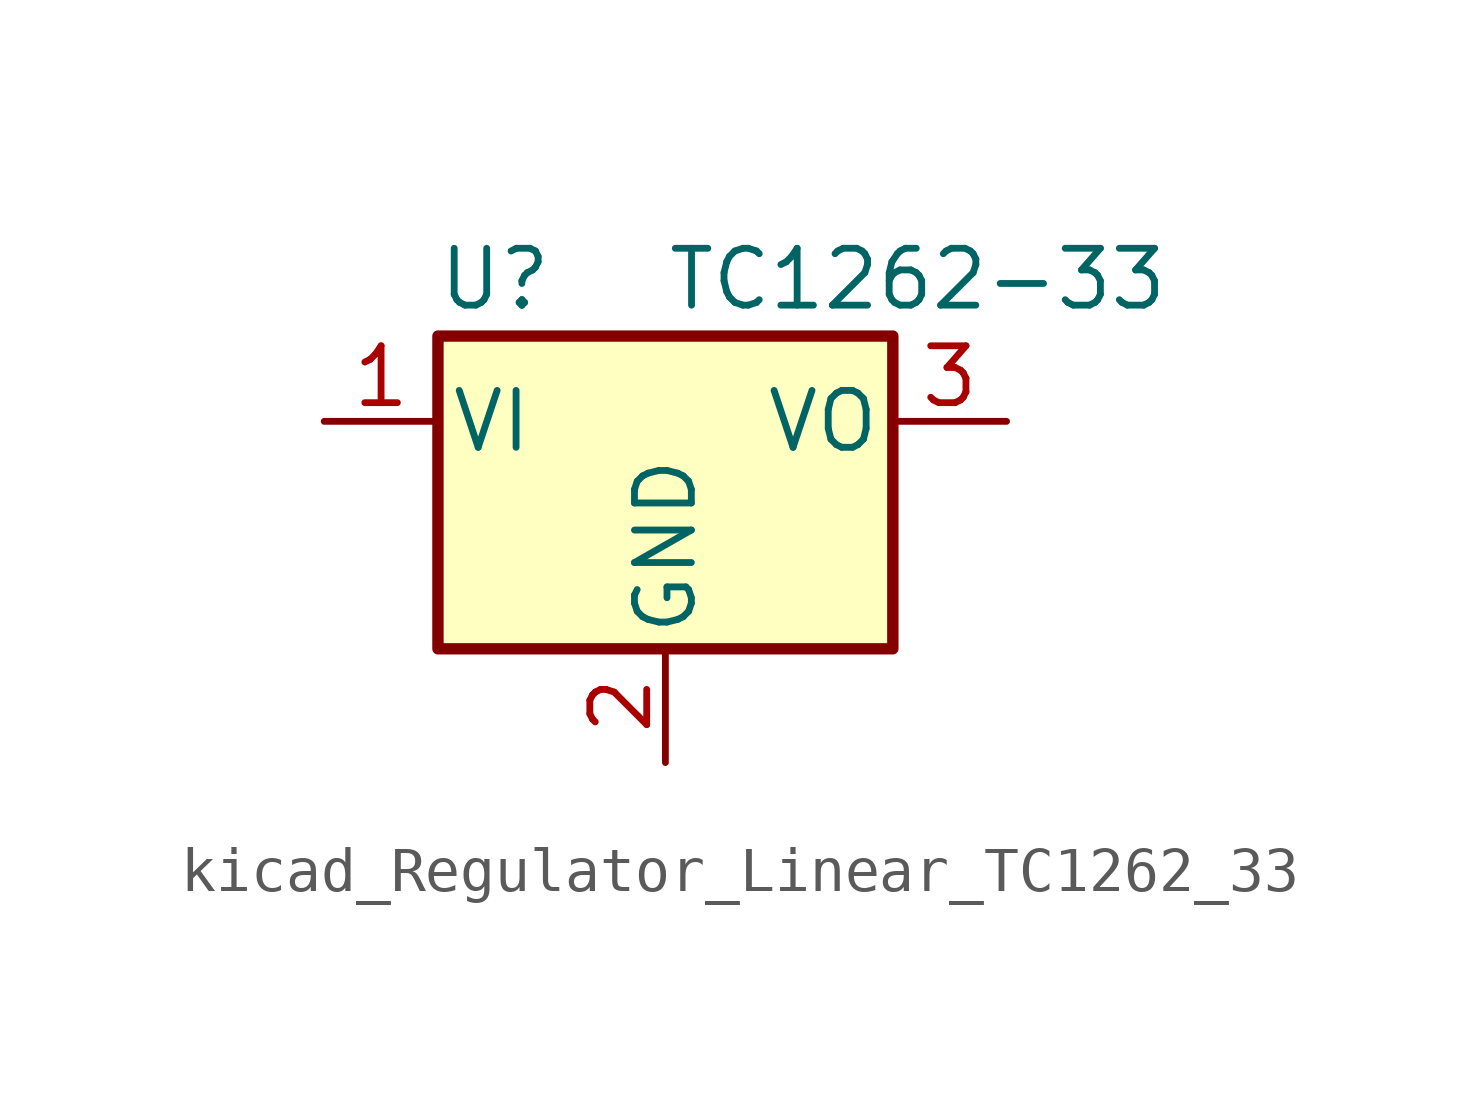
<source format=kicad_sym>
(kicad_symbol_lib
  (version 20220914)
  (generator kicad_symbol_editor)
  (symbol "kicad_Regulator_Linear_TC1262_33"
    (pin_names
      (offset 0.254))
    (property "Reference" "U"
      (at -3.81 3.175 0)
      (effects (font (size 1.27 1.27))))
    (property "Value" "TC1262-33"
      (at 0 3.175 0)
      (effects (font (size 1.27 1.27)) (justify left)))
    (symbol "kicad_Regulator_Linear_TC1262_33_1_1"
      (rectangle (start -5.08 1.905) (end 5.08 -5.08) (stroke (width 0.254) (type default)) (fill (type background)))
      (pin power_in line (at -7.62 0 0) (length 2.54) (name "VI" (effects (font (size 1.27 1.27)))) (number "1" (effects (font (size 1.27 1.27)))))
      (pin power_in line (at 0 -7.62 90) (length 2.54) (name "GND" (effects (font (size 1.27 1.27)))) (number "2" (effects (font (size 1.27 1.27)))))
      (pin power_out line (at 7.62 0 180) (length 2.54) (name "VO" (effects (font (size 1.27 1.27)))) (number "3" (effects (font (size 1.27 1.27))))))))
</source>
